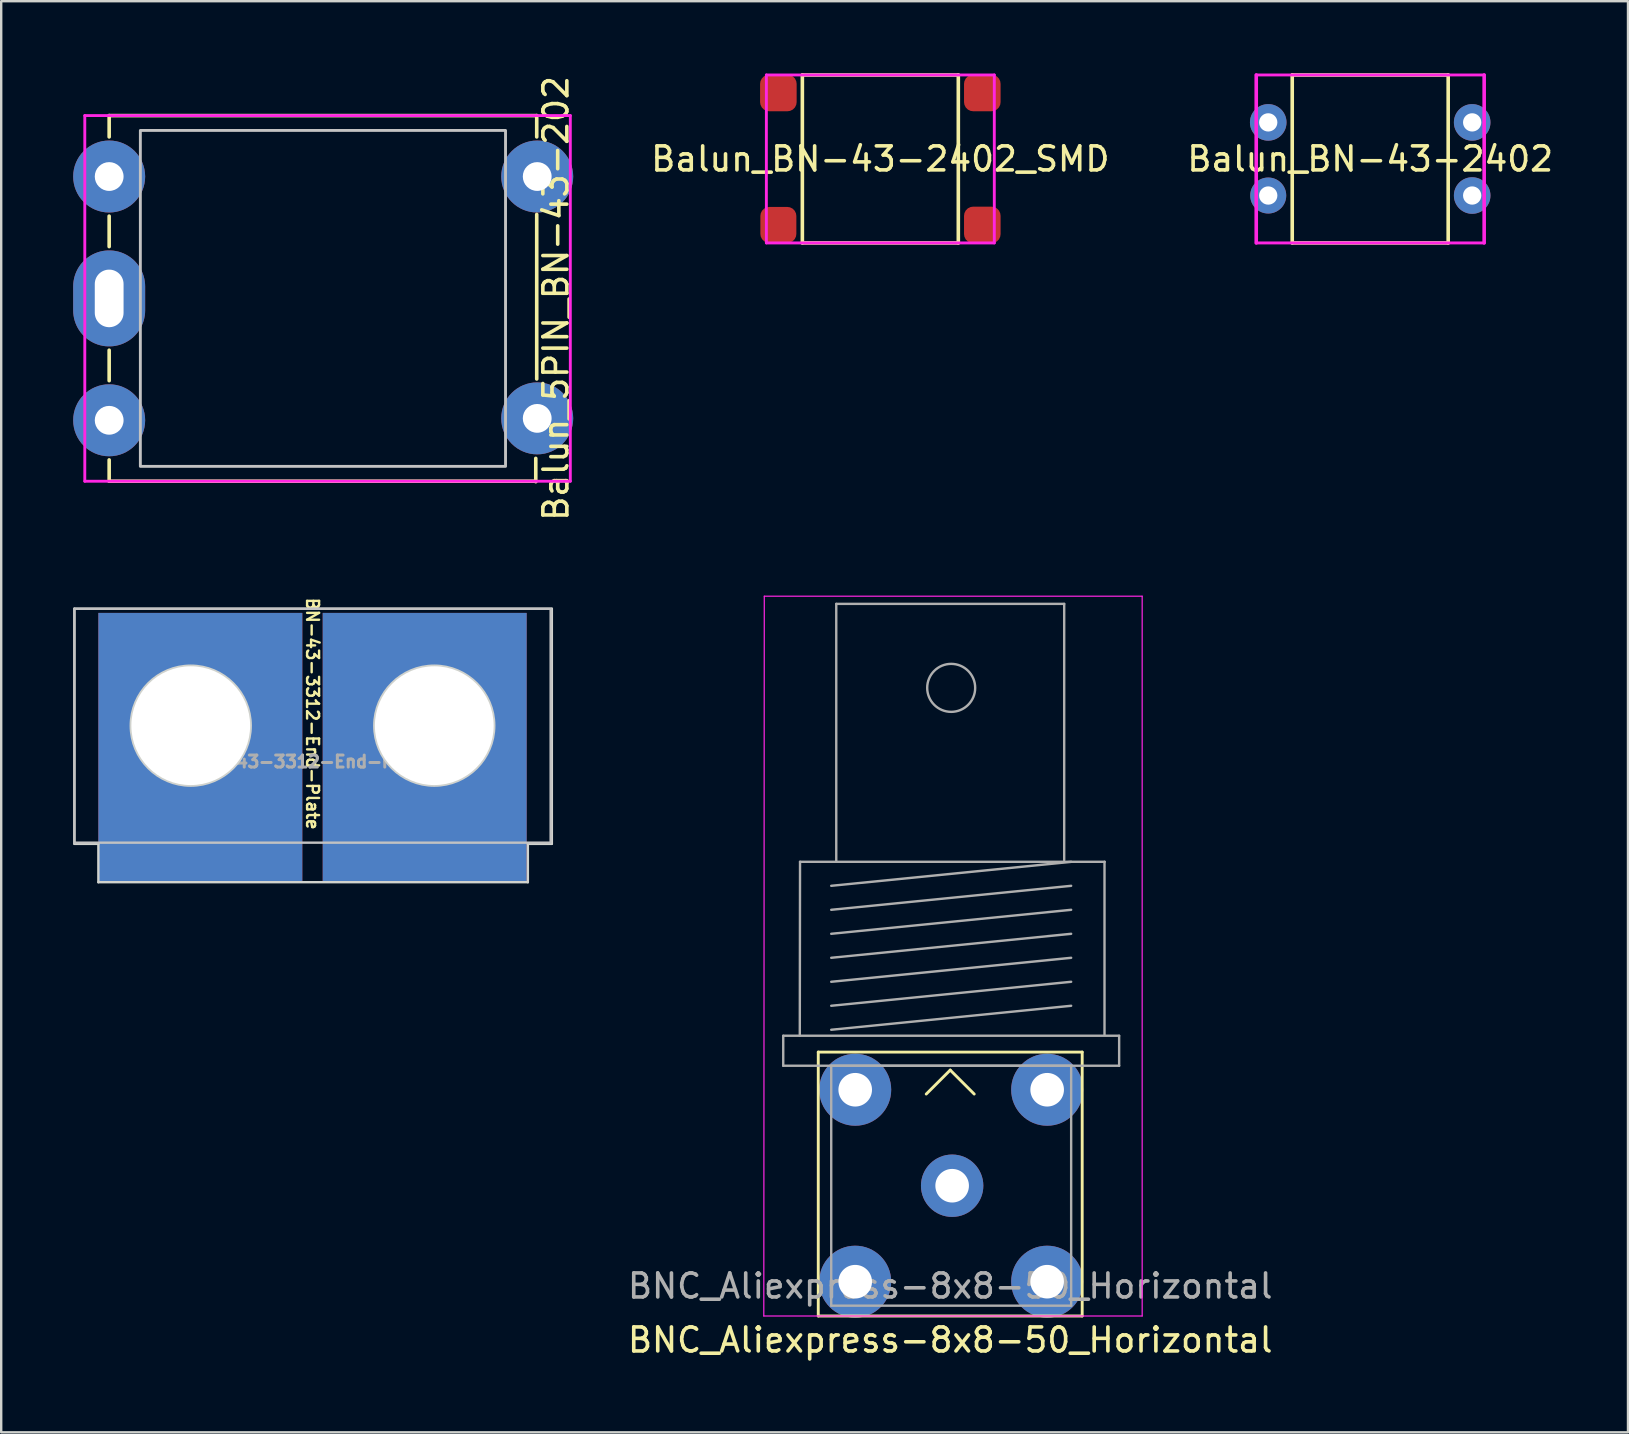
<source format=kicad_pcb>
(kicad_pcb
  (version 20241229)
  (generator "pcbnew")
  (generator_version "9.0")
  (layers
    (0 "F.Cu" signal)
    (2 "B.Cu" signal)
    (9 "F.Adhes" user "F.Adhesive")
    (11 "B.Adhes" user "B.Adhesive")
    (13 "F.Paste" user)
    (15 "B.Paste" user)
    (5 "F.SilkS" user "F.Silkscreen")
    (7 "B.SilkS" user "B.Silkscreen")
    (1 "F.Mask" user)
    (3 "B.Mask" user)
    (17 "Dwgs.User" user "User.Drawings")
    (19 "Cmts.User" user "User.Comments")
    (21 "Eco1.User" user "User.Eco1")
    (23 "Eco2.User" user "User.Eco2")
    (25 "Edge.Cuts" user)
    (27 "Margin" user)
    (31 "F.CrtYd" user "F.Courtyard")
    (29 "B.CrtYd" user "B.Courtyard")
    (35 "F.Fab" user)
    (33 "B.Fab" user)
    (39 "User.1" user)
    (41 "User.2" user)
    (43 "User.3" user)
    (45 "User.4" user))
  (footprint "Balun_BN-43-2402_SMD"
    (layer "F.Cu")
    (at 33.641 3.575)
    (property "Reference" "Balun_BN-43-2402_SMD" (at 0 0 0) (layer "F.SilkS") (effects (font (size 1 1) (thickness 0.15))))
    (attr through_hole)
    (fp_line (start -3.25 -3.5) (end 3.25 -3.5) (stroke (width 0.15) (type solid)) (layer "F.SilkS"))
    (fp_line (start -3.25 3.5) (end -3.25 -3.5) (stroke (width 0.15) (type solid)) (layer "F.SilkS"))
    (fp_line (start 3.25 -3.5) (end 3.25 3.5) (stroke (width 0.15) (type solid)) (layer "F.SilkS"))
    (fp_line (start 3.25 3.5) (end -3.25 3.5) (stroke (width 0.15) (type solid)) (layer "F.SilkS"))
    (fp_line (start -4.75 -3.5) (end 4.75 -3.5) (stroke (width 0.12) (type solid)) (layer "F.CrtYd"))
    (fp_line (start -4.75 3.5) (end -4.75 -3.5) (stroke (width 0.12) (type solid)) (layer "F.CrtYd"))
    (fp_line (start -4.75 3.5) (end 4.75 3.5) (stroke (width 0.12) (type solid)) (layer "F.CrtYd"))
    (fp_line (start 4.75 -3.5) (end 4.75 3.5) (stroke (width 0.12) (type solid)) (layer "F.CrtYd"))
    (pad "1" smd roundrect (at -4.25 -2.75) (size 1.524 1.524) (layers "F.Cu" "F.Mask" "F.Paste") (roundrect_rratio 0.25))
    (pad "2" smd roundrect (at -4.25 2.75) (size 1.5 1.5) (layers "F.Cu" "F.Mask" "F.Paste") (roundrect_rratio 0.25))
    (pad "3" smd roundrect (at 4.25 2.75) (size 1.524 1.524) (layers "F.Cu" "F.Mask" "F.Paste") (roundrect_rratio 0.25))
    (pad "4" smd roundrect (at 4.25 -2.75) (size 1.524 1.524) (layers "F.Cu" "F.Mask" "F.Paste") (roundrect_rratio 0.25)))
  (footprint "Balun_BN-43-2402"
    (layer "F.Cu")
    (at 54.058 3.575)
    (property "Reference" "Balun_BN-43-2402" (at 0 0 0) (layer "F.SilkS") (effects (font (size 1 1) (thickness 0.15))))
    (attr through_hole)
    (fp_line (start -3.25 -3.5) (end 3.25 -3.5) (stroke (width 0.15) (type solid)) (layer "F.SilkS"))
    (fp_line (start -3.25 3.5) (end -3.25 -3.5) (stroke (width 0.15) (type solid)) (layer "F.SilkS"))
    (fp_line (start 3.25 -3.5) (end 3.25 3.5) (stroke (width 0.15) (type solid)) (layer "F.SilkS"))
    (fp_line (start 3.25 3.5) (end -3.25 3.5) (stroke (width 0.15) (type solid)) (layer "F.SilkS"))
    (fp_line (start -4.75 -3.5) (end 4.75 -3.5) (stroke (width 0.12) (type solid)) (layer "F.CrtYd"))
    (fp_line (start -4.75 3.5) (end -4.75 -3.5) (stroke (width 0.15) (type solid)) (layer "F.CrtYd"))
    (fp_line (start -4.75 3.5) (end 4.75 3.5) (stroke (width 0.12) (type solid)) (layer "F.CrtYd"))
    (fp_line (start 4.75 -3.5) (end 4.75 3.5) (stroke (width 0.15) (type solid)) (layer "F.CrtYd"))
    (pad "1" thru_hole circle (at -4.25 -1.524) (size 1.524 1.524) (drill 0.762) (layers "*.Cu" "*.Mask"))
    (pad "2" thru_hole circle (at -4.25 1.524) (size 1.5 1.5) (drill 0.762) (layers "*.Cu" "*.Mask"))
    (pad "3" thru_hole circle (at 4.25 1.524) (size 1.524 1.524) (drill 0.762) (layers "*.Cu" "*.Mask"))
    (pad "4" thru_hole circle (at 4.25 -1.524) (size 1.524 1.524) (drill 0.762) (layers "*.Cu" "*.Mask")))
  (footprint "BN-43-3312-End-Plate"
    (layer "F.Cu")
    (at 9.975 27.195)
    (property "Reference" "BN-43-3312-End-Plate" (at 0 -0.5 270) (unlocked yes) (layer "F.SilkS") (effects (font (size 0.5 0.5) (thickness 0.1))))
    (attr through_hole)
    (fp_rect (start -9.925 -4.875) (end 9.925 4.875) (stroke (width 0.1) (type default)) (fill no) (layer "Dwgs.User"))
    (fp_line (start -9.925 -4.875) (end -9.925 4.925) (stroke (width 0.1) (type default)) (layer "Edge.Cuts"))
    (fp_line (start -9.925 4.925) (end -8.925 4.925) (stroke (width 0.1) (type default)) (layer "Edge.Cuts"))
    (fp_line (start -8.925 4.925) (end -8.925 6.525) (stroke (width 0.1) (type default)) (layer "Edge.Cuts"))
    (fp_line (start -8.925 6.525) (end 8.975 6.525) (stroke (width 0.1) (type default)) (layer "Edge.Cuts"))
    (fp_line (start 8.975 4.925) (end 9.875 4.925) (stroke (width 0.1) (type default)) (layer "Edge.Cuts"))
    (fp_line (start 8.975 6.525) (end 8.975 4.925) (stroke (width 0.1) (type default)) (layer "Edge.Cuts"))
    (fp_line (start 9.875 4.925) (end 9.975 4.925) (stroke (width 0.1) (type default)) (layer "Edge.Cuts"))
    (fp_line (start 9.975 -4.875) (end -9.925 -4.875) (stroke (width 0.1) (type default)) (layer "Edge.Cuts"))
    (fp_line (start 9.975 4.925) (end 9.975 -4.875) (stroke (width 0.1) (type default)) (layer "Edge.Cuts"))
    (fp_circle (center -5.075 0) (end -2.6 0) (stroke (width 0.15) (type default)) (fill no) (layer "Edge.Cuts"))
    (fp_circle (center 5.075 0) (end 7.55 0) (stroke (width 0.15) (type default)) (fill no) (layer "Edge.Cuts"))
    (fp_text user "${REFERENCE}" (at 0 1.5 0) (unlocked yes) (layer "F.Fab") (effects (font (size 0.5 0.5) (thickness 0.15))))
    (pad "1" thru_hole custom (at -5.075 0) (size 8.5 11.2) (drill 4.95 (offset 0.4 0.9)) (layers "*.Cu" "F.Mask") (options (anchor rect)) (primitives))
    (pad "2" thru_hole custom (at 5.075 0) (size 8.5 11.2) (drill 4.95 (offset -0.4 0.9)) (layers "*.Cu" "F.Mask") (options (anchor rect)) (primitives)))
  (footprint "Balun_5PIN_BN-43-202"
    (layer "F.Cu")
    (at 10.42 9.387)
    (property "Reference" "Balun_5PIN_BN-43-202" (at 9.7 0 90) (layer "F.SilkS") (effects (font (size 1 1) (thickness 0.15))))
    (attr through_hole)
    (fp_line (start -8.92 -7.62) (end 8.9 -7.62) (stroke (width 0.15) (type solid)) (layer "F.SilkS"))
    (fp_line (start -8.92 -6.731) (end -8.92 -7.62) (stroke (width 0.15) (type solid)) (layer "F.SilkS"))
    (fp_line (start -8.92 -3.429) (end -8.92 -2.159) (stroke (width 0.15) (type solid)) (layer "F.SilkS"))
    (fp_line (start -8.92 3.429) (end -8.92 2.159) (stroke (width 0.15) (type solid)) (layer "F.SilkS"))
    (fp_line (start -8.92 7.62) (end -8.92 6.731) (stroke (width 0.15) (type solid)) (layer "F.SilkS"))
    (fp_line (start 8.86 6.668) (end 8.86 7.64) (stroke (width 0.15) (type solid)) (layer "F.SilkS"))
    (fp_line (start 8.86 7.62) (end -8.92 7.62) (stroke (width 0.15) (type solid)) (layer "F.SilkS"))
    (fp_line (start 8.9 -7.62) (end 8.9 -6.731) (stroke (width 0.15) (type solid)) (layer "F.SilkS"))
    (fp_line (start 8.9 -3.5) (end 8.9 3.358) (stroke (width 0.15) (type solid)) (layer "F.SilkS"))
    (fp_rect (start -7.62 -7) (end 7.6 7) (stroke (width 0.12) (type solid)) (fill no) (layer "Dwgs.User"))
    (fp_line (start -9.936 -7.62) (end 10.3 -7.62) (stroke (width 0.12) (type solid)) (layer "F.CrtYd"))
    (fp_line (start -9.936 7.62) (end -9.936 -7.62) (stroke (width 0.12) (type solid)) (layer "F.CrtYd"))
    (fp_line (start 10.3 -7.62) (end 10.3 7.62) (stroke (width 0.12) (type solid)) (layer "F.CrtYd"))
    (fp_line (start 10.3 7.62) (end -9.936 7.62) (stroke (width 0.12) (type solid)) (layer "F.CrtYd"))
    (pad "1" thru_hole circle (at -8.92 -5.08) (size 3 3) (drill 1.2) (layers "*.Cu" "*.Mask"))
    (pad "2" thru_hole oval (at -8.92 0) (size 3 4) (drill oval 1.2 2.4) (layers "*.Cu" "*.Mask"))
    (pad "3" thru_hole circle (at -8.92 5.08) (size 3 3) (drill 1.2) (layers "*.Cu" "*.Mask"))
    (pad "4" thru_hole circle (at 8.92 5) (size 3 3) (drill 1.2) (layers "*.Cu" "*.Mask"))
    (pad "5" thru_hole circle (at 8.92 -5.08) (size 3 3) (drill 1.2) (layers "*.Cu" "*.Mask")))
  (footprint "BNC_Aliexpress-8x8-50_Horizontal"
    (layer "F.Cu")
    (at 36.554 46.299)
    (property "Reference" "BNC_Aliexpress-8x8-50_Horizontal" (at 0 6.5 0) (layer "F.SilkS") (effects (font (size 1 1) (thickness 0.15))))
    (attr through_hole)
    (fp_line (start -5.5 -5.5) (end 5.5 -5.5) (stroke (width 0.12) (type solid)) (layer "F.SilkS"))
    (fp_line (start -5.5 5.5) (end -5.5 -5.5) (stroke (width 0.12) (type solid)) (layer "F.SilkS"))
    (fp_line (start 0 -4.75) (end -1 -3.75) (stroke (width 0.12) (type solid)) (layer "F.SilkS"))
    (fp_line (start 0 -4.75) (end 1 -3.75) (stroke (width 0.12) (type solid)) (layer "F.SilkS"))
    (fp_line (start 5.5 -5.5) (end 5.5 5.5) (stroke (width 0.12) (type solid)) (layer "F.SilkS"))
    (fp_line (start 5.5 5.5) (end -5.5 5.5) (stroke (width 0.12) (type solid)) (layer "F.SilkS"))
    (fp_line (start -7.77 5.5) (end -7.75 -24.5) (stroke (width 0.05) (type solid)) (layer "F.CrtYd"))
    (fp_line (start 8 -24.5) (end -7.75 -24.5) (stroke (width 0.05) (type solid)) (layer "F.CrtYd"))
    (fp_line (start 8 5.5) (end -7.77 5.5) (stroke (width 0.05) (type solid)) (layer "F.CrtYd"))
    (fp_line (start 8 5.5) (end 8 -24.5) (stroke (width 0.05) (type solid)) (layer "F.CrtYd"))
    (fp_line (start -6.96 -4.93) (end -6.96 -6.18) (stroke (width 0.1) (type solid)) (layer "F.Fab"))
    (fp_line (start -6.26 -13.43) (end -6.27 -6.18) (stroke (width 0.1) (type solid)) (layer "F.Fab"))
    (fp_line (start -4.96 -12.43) (end 5.04 -13.43) (stroke (width 0.1) (type solid)) (layer "F.Fab"))
    (fp_line (start -4.96 -11.43) (end 5.04 -12.43) (stroke (width 0.1) (type solid)) (layer "F.Fab"))
    (fp_line (start -4.96 -10.43) (end 5.04 -11.43) (stroke (width 0.1) (type solid)) (layer "F.Fab"))
    (fp_line (start -4.96 -9.43) (end 5.04 -10.43) (stroke (width 0.1) (type solid)) (layer "F.Fab"))
    (fp_line (start -4.96 -8.43) (end 5.04 -9.43) (stroke (width 0.1) (type solid)) (layer "F.Fab"))
    (fp_line (start -4.96 -7.43) (end 5.04 -8.43) (stroke (width 0.1) (type solid)) (layer "F.Fab"))
    (fp_line (start -4.96 -6.43) (end 5.04 -7.43) (stroke (width 0.1) (type solid)) (layer "F.Fab"))
    (fp_line (start -4.96 -4.93) (end -4.96 5.07) (stroke (width 0.1) (type solid)) (layer "F.Fab"))
    (fp_line (start -4.96 5.07) (end 5.04 5.07) (stroke (width 0.1) (type solid)) (layer "F.Fab"))
    (fp_line (start -4.75 -24.18) (end -4.75 -13.43) (stroke (width 0.1) (type solid)) (layer "F.Fab"))
    (fp_line (start 4.75 -24.18) (end -4.75 -24.18) (stroke (width 0.1) (type solid)) (layer "F.Fab"))
    (fp_line (start 4.75 -13.5) (end 4.75 -24.18) (stroke (width 0.1) (type solid)) (layer "F.Fab"))
    (fp_line (start 5.04 -4.93) (end -4.96 -4.93) (stroke (width 0.1) (type solid)) (layer "F.Fab"))
    (fp_line (start 5.04 5.07) (end 5.04 -4.93) (stroke (width 0.1) (type solid)) (layer "F.Fab"))
    (fp_line (start 6.43 -6.23) (end 6.43 -13.43) (stroke (width 0.1) (type solid)) (layer "F.Fab"))
    (fp_line (start 6.44 -13.43) (end -6.26 -13.43) (stroke (width 0.1) (type solid)) (layer "F.Fab"))
    (fp_line (start 7.04 -6.18) (end -6.96 -6.18) (stroke (width 0.1) (type solid)) (layer "F.Fab"))
    (fp_line (start 7.04 -4.93) (end -6.96 -4.93) (stroke (width 0.1) (type solid)) (layer "F.Fab"))
    (fp_line (start 7.04 -4.93) (end 7.04 -6.18) (stroke (width 0.1) (type solid)) (layer "F.Fab"))
    (fp_circle (center 0.04 -20.68) (end 1.04 -20.68) (stroke (width 0.1) (type solid)) (fill no) (layer "F.Fab"))
    (fp_text user "${REFERENCE}" (at 0 4.25 0) (layer "F.Fab") (effects (font (size 1 1) (thickness 0.15))))
    (pad "1" thru_hole circle (at 0.08 0.07) (size 2.6 2.6) (drill 1.4) (layers "*.Cu" "*.Mask"))
    (pad "2" thru_hole circle (at -3.96 -3.93) (size 3 3) (drill 1.4) (layers "*.Cu" "*.Mask"))
    (pad "2" thru_hole circle (at -3.96 4.07) (size 3 3) (drill 1.4) (layers "*.Cu" "*.Mask"))
    (pad "2" thru_hole circle (at 4.04 -3.93) (size 3 3) (drill 1.4) (layers "*.Cu" "*.Mask"))
    (pad "2" thru_hole circle (at 4.04 4.07) (size 3 3) (drill 1.4) (layers "*.Cu" "*.Mask")))
  (gr_rect
    (start -3 -3)
    (end 64.802 56.647)
    (stroke (width 0.1) (type default))
    (fill no)
    (layer "Edge.Cuts")))
</source>
